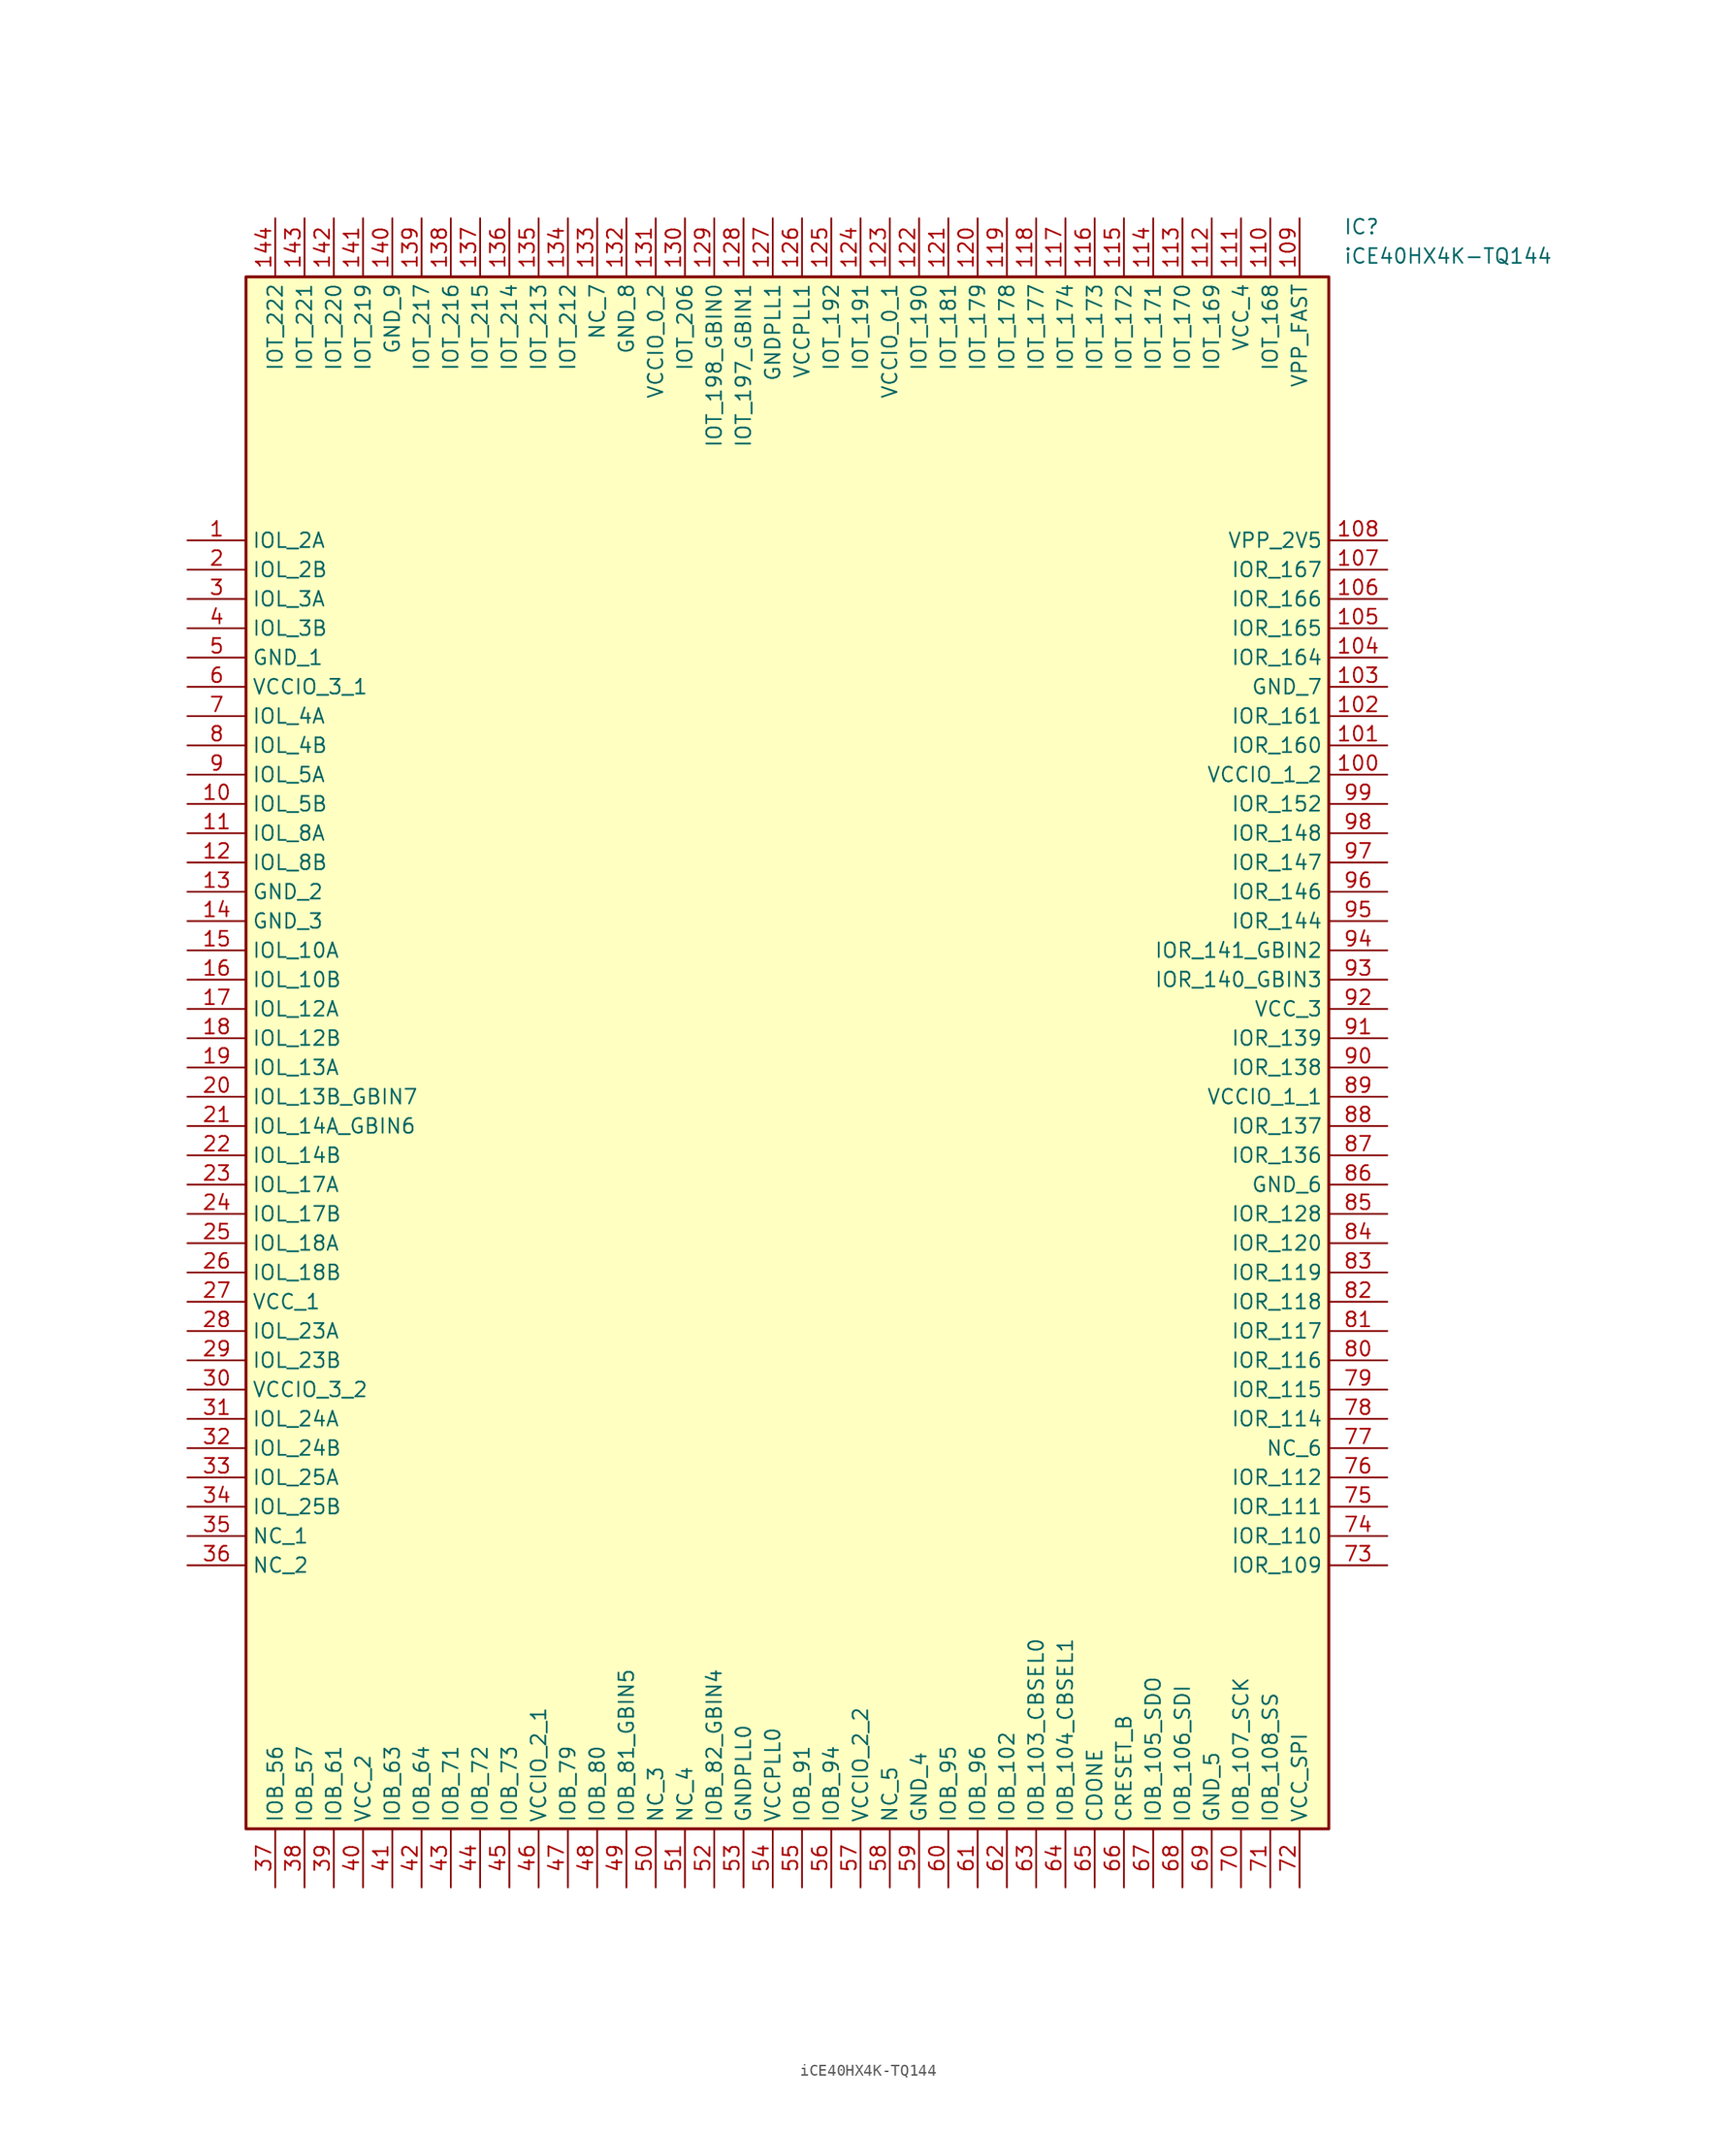
<source format=kicad_sym>
(kicad_symbol_lib
  (version 20211014)
  (generator SamacSys_ECAD_Model)
  (symbol "iCE40HX4K-TQ144"
    (property "Reference" "IC"
      (at 100.33 27.94 0)
      (effects (font (size 1.27 1.27)) (justify left top)))
    (property "Value" "iCE40HX4K-TQ144"
      (at 100.33 25.4 0)
      (effects (font (size 1.27 1.27)) (justify left top)))
    (rectangle
      (start 5.08 22.86)
      (end 99.06 -111.76)
      (stroke (width 0.254) (type default))
      (fill (type background)))
    (pin passive line
      (at 0 0 0)
      (length 5.08)
      (name "IOL_2A" (effects (font (size 1.27 1.27))))
      (number "1" (effects (font (size 1.27 1.27)))))
    (pin passive line
      (at 0 -2.54 0)
      (length 5.08)
      (name "IOL_2B" (effects (font (size 1.27 1.27))))
      (number "2" (effects (font (size 1.27 1.27)))))
    (pin passive line
      (at 0 -5.08 0)
      (length 5.08)
      (name "IOL_3A" (effects (font (size 1.27 1.27))))
      (number "3" (effects (font (size 1.27 1.27)))))
    (pin passive line
      (at 0 -7.62 0)
      (length 5.08)
      (name "IOL_3B" (effects (font (size 1.27 1.27))))
      (number "4" (effects (font (size 1.27 1.27)))))
    (pin passive line
      (at 0 -10.16 0)
      (length 5.08)
      (name "GND_1" (effects (font (size 1.27 1.27))))
      (number "5" (effects (font (size 1.27 1.27)))))
    (pin passive line
      (at 0 -12.7 0)
      (length 5.08)
      (name "VCCIO_3_1" (effects (font (size 1.27 1.27))))
      (number "6" (effects (font (size 1.27 1.27)))))
    (pin passive line
      (at 0 -15.24 0)
      (length 5.08)
      (name "IOL_4A" (effects (font (size 1.27 1.27))))
      (number "7" (effects (font (size 1.27 1.27)))))
    (pin passive line
      (at 0 -17.78 0)
      (length 5.08)
      (name "IOL_4B" (effects (font (size 1.27 1.27))))
      (number "8" (effects (font (size 1.27 1.27)))))
    (pin passive line
      (at 0 -20.32 0)
      (length 5.08)
      (name "IOL_5A" (effects (font (size 1.27 1.27))))
      (number "9" (effects (font (size 1.27 1.27)))))
    (pin passive line
      (at 0 -22.86 0)
      (length 5.08)
      (name "IOL_5B" (effects (font (size 1.27 1.27))))
      (number "10" (effects (font (size 1.27 1.27)))))
    (pin passive line
      (at 0 -25.4 0)
      (length 5.08)
      (name "IOL_8A" (effects (font (size 1.27 1.27))))
      (number "11" (effects (font (size 1.27 1.27)))))
    (pin passive line
      (at 0 -27.94 0)
      (length 5.08)
      (name "IOL_8B" (effects (font (size 1.27 1.27))))
      (number "12" (effects (font (size 1.27 1.27)))))
    (pin passive line
      (at 0 -30.48 0)
      (length 5.08)
      (name "GND_2" (effects (font (size 1.27 1.27))))
      (number "13" (effects (font (size 1.27 1.27)))))
    (pin passive line
      (at 0 -33.02 0)
      (length 5.08)
      (name "GND_3" (effects (font (size 1.27 1.27))))
      (number "14" (effects (font (size 1.27 1.27)))))
    (pin passive line
      (at 0 -35.56 0)
      (length 5.08)
      (name "IOL_10A" (effects (font (size 1.27 1.27))))
      (number "15" (effects (font (size 1.27 1.27)))))
    (pin passive line
      (at 0 -38.1 0)
      (length 5.08)
      (name "IOL_10B" (effects (font (size 1.27 1.27))))
      (number "16" (effects (font (size 1.27 1.27)))))
    (pin passive line
      (at 0 -40.64 0)
      (length 5.08)
      (name "IOL_12A" (effects (font (size 1.27 1.27))))
      (number "17" (effects (font (size 1.27 1.27)))))
    (pin passive line
      (at 0 -43.18 0)
      (length 5.08)
      (name "IOL_12B" (effects (font (size 1.27 1.27))))
      (number "18" (effects (font (size 1.27 1.27)))))
    (pin passive line
      (at 0 -45.72 0)
      (length 5.08)
      (name "IOL_13A" (effects (font (size 1.27 1.27))))
      (number "19" (effects (font (size 1.27 1.27)))))
    (pin passive line
      (at 0 -48.26 0)
      (length 5.08)
      (name "IOL_13B_GBIN7" (effects (font (size 1.27 1.27))))
      (number "20" (effects (font (size 1.27 1.27)))))
    (pin passive line
      (at 0 -50.8 0)
      (length 5.08)
      (name "IOL_14A_GBIN6" (effects (font (size 1.27 1.27))))
      (number "21" (effects (font (size 1.27 1.27)))))
    (pin passive line
      (at 0 -53.34 0)
      (length 5.08)
      (name "IOL_14B" (effects (font (size 1.27 1.27))))
      (number "22" (effects (font (size 1.27 1.27)))))
    (pin passive line
      (at 0 -55.88 0)
      (length 5.08)
      (name "IOL_17A" (effects (font (size 1.27 1.27))))
      (number "23" (effects (font (size 1.27 1.27)))))
    (pin passive line
      (at 0 -58.42 0)
      (length 5.08)
      (name "IOL_17B" (effects (font (size 1.27 1.27))))
      (number "24" (effects (font (size 1.27 1.27)))))
    (pin passive line
      (at 0 -60.96 0)
      (length 5.08)
      (name "IOL_18A" (effects (font (size 1.27 1.27))))
      (number "25" (effects (font (size 1.27 1.27)))))
    (pin passive line
      (at 0 -63.5 0)
      (length 5.08)
      (name "IOL_18B" (effects (font (size 1.27 1.27))))
      (number "26" (effects (font (size 1.27 1.27)))))
    (pin passive line
      (at 0 -66.04 0)
      (length 5.08)
      (name "VCC_1" (effects (font (size 1.27 1.27))))
      (number "27" (effects (font (size 1.27 1.27)))))
    (pin passive line
      (at 0 -68.58 0)
      (length 5.08)
      (name "IOL_23A" (effects (font (size 1.27 1.27))))
      (number "28" (effects (font (size 1.27 1.27)))))
    (pin passive line
      (at 0 -71.12 0)
      (length 5.08)
      (name "IOL_23B" (effects (font (size 1.27 1.27))))
      (number "29" (effects (font (size 1.27 1.27)))))
    (pin passive line
      (at 0 -73.66 0)
      (length 5.08)
      (name "VCCIO_3_2" (effects (font (size 1.27 1.27))))
      (number "30" (effects (font (size 1.27 1.27)))))
    (pin passive line
      (at 0 -76.2 0)
      (length 5.08)
      (name "IOL_24A" (effects (font (size 1.27 1.27))))
      (number "31" (effects (font (size 1.27 1.27)))))
    (pin passive line
      (at 0 -78.74 0)
      (length 5.08)
      (name "IOL_24B" (effects (font (size 1.27 1.27))))
      (number "32" (effects (font (size 1.27 1.27)))))
    (pin passive line
      (at 0 -81.28 0)
      (length 5.08)
      (name "IOL_25A" (effects (font (size 1.27 1.27))))
      (number "33" (effects (font (size 1.27 1.27)))))
    (pin passive line
      (at 0 -83.82 0)
      (length 5.08)
      (name "IOL_25B" (effects (font (size 1.27 1.27))))
      (number "34" (effects (font (size 1.27 1.27)))))
    (pin passive line
      (at 0 -86.36 0)
      (length 5.08)
      (name "NC_1" (effects (font (size 1.27 1.27))))
      (number "35" (effects (font (size 1.27 1.27)))))
    (pin passive line
      (at 0 -88.9 0)
      (length 5.08)
      (name "NC_2" (effects (font (size 1.27 1.27))))
      (number "36" (effects (font (size 1.27 1.27)))))
    (pin passive line
      (at 7.62 -116.84 90)
      (length 5.08)
      (name "IOB_56" (effects (font (size 1.27 1.27))))
      (number "37" (effects (font (size 1.27 1.27)))))
    (pin passive line
      (at 10.16 -116.84 90)
      (length 5.08)
      (name "IOB_57" (effects (font (size 1.27 1.27))))
      (number "38" (effects (font (size 1.27 1.27)))))
    (pin passive line
      (at 12.7 -116.84 90)
      (length 5.08)
      (name "IOB_61" (effects (font (size 1.27 1.27))))
      (number "39" (effects (font (size 1.27 1.27)))))
    (pin passive line
      (at 15.24 -116.84 90)
      (length 5.08)
      (name "VCC_2" (effects (font (size 1.27 1.27))))
      (number "40" (effects (font (size 1.27 1.27)))))
    (pin passive line
      (at 17.78 -116.84 90)
      (length 5.08)
      (name "IOB_63" (effects (font (size 1.27 1.27))))
      (number "41" (effects (font (size 1.27 1.27)))))
    (pin passive line
      (at 20.32 -116.84 90)
      (length 5.08)
      (name "IOB_64" (effects (font (size 1.27 1.27))))
      (number "42" (effects (font (size 1.27 1.27)))))
    (pin passive line
      (at 22.86 -116.84 90)
      (length 5.08)
      (name "IOB_71" (effects (font (size 1.27 1.27))))
      (number "43" (effects (font (size 1.27 1.27)))))
    (pin passive line
      (at 25.4 -116.84 90)
      (length 5.08)
      (name "IOB_72" (effects (font (size 1.27 1.27))))
      (number "44" (effects (font (size 1.27 1.27)))))
    (pin passive line
      (at 27.94 -116.84 90)
      (length 5.08)
      (name "IOB_73" (effects (font (size 1.27 1.27))))
      (number "45" (effects (font (size 1.27 1.27)))))
    (pin passive line
      (at 30.48 -116.84 90)
      (length 5.08)
      (name "VCCIO_2_1" (effects (font (size 1.27 1.27))))
      (number "46" (effects (font (size 1.27 1.27)))))
    (pin passive line
      (at 33.02 -116.84 90)
      (length 5.08)
      (name "IOB_79" (effects (font (size 1.27 1.27))))
      (number "47" (effects (font (size 1.27 1.27)))))
    (pin passive line
      (at 35.56 -116.84 90)
      (length 5.08)
      (name "IOB_80" (effects (font (size 1.27 1.27))))
      (number "48" (effects (font (size 1.27 1.27)))))
    (pin passive line
      (at 38.1 -116.84 90)
      (length 5.08)
      (name "IOB_81_GBIN5" (effects (font (size 1.27 1.27))))
      (number "49" (effects (font (size 1.27 1.27)))))
    (pin passive line
      (at 40.64 -116.84 90)
      (length 5.08)
      (name "NC_3" (effects (font (size 1.27 1.27))))
      (number "50" (effects (font (size 1.27 1.27)))))
    (pin passive line
      (at 43.18 -116.84 90)
      (length 5.08)
      (name "NC_4" (effects (font (size 1.27 1.27))))
      (number "51" (effects (font (size 1.27 1.27)))))
    (pin passive line
      (at 45.72 -116.84 90)
      (length 5.08)
      (name "IOB_82_GBIN4" (effects (font (size 1.27 1.27))))
      (number "52" (effects (font (size 1.27 1.27)))))
    (pin passive line
      (at 48.26 -116.84 90)
      (length 5.08)
      (name "GNDPLL0" (effects (font (size 1.27 1.27))))
      (number "53" (effects (font (size 1.27 1.27)))))
    (pin passive line
      (at 50.8 -116.84 90)
      (length 5.08)
      (name "VCCPLL0" (effects (font (size 1.27 1.27))))
      (number "54" (effects (font (size 1.27 1.27)))))
    (pin passive line
      (at 53.34 -116.84 90)
      (length 5.08)
      (name "IOB_91" (effects (font (size 1.27 1.27))))
      (number "55" (effects (font (size 1.27 1.27)))))
    (pin passive line
      (at 55.88 -116.84 90)
      (length 5.08)
      (name "IOB_94" (effects (font (size 1.27 1.27))))
      (number "56" (effects (font (size 1.27 1.27)))))
    (pin passive line
      (at 58.42 -116.84 90)
      (length 5.08)
      (name "VCCIO_2_2" (effects (font (size 1.27 1.27))))
      (number "57" (effects (font (size 1.27 1.27)))))
    (pin passive line
      (at 60.96 -116.84 90)
      (length 5.08)
      (name "NC_5" (effects (font (size 1.27 1.27))))
      (number "58" (effects (font (size 1.27 1.27)))))
    (pin passive line
      (at 63.5 -116.84 90)
      (length 5.08)
      (name "GND_4" (effects (font (size 1.27 1.27))))
      (number "59" (effects (font (size 1.27 1.27)))))
    (pin passive line
      (at 66.04 -116.84 90)
      (length 5.08)
      (name "IOB_95" (effects (font (size 1.27 1.27))))
      (number "60" (effects (font (size 1.27 1.27)))))
    (pin passive line
      (at 68.58 -116.84 90)
      (length 5.08)
      (name "IOB_96" (effects (font (size 1.27 1.27))))
      (number "61" (effects (font (size 1.27 1.27)))))
    (pin passive line
      (at 71.12 -116.84 90)
      (length 5.08)
      (name "IOB_102" (effects (font (size 1.27 1.27))))
      (number "62" (effects (font (size 1.27 1.27)))))
    (pin passive line
      (at 73.66 -116.84 90)
      (length 5.08)
      (name "IOB_103_CBSEL0" (effects (font (size 1.27 1.27))))
      (number "63" (effects (font (size 1.27 1.27)))))
    (pin passive line
      (at 76.2 -116.84 90)
      (length 5.08)
      (name "IOB_104_CBSEL1" (effects (font (size 1.27 1.27))))
      (number "64" (effects (font (size 1.27 1.27)))))
    (pin passive line
      (at 78.74 -116.84 90)
      (length 5.08)
      (name "CDONE" (effects (font (size 1.27 1.27))))
      (number "65" (effects (font (size 1.27 1.27)))))
    (pin passive line
      (at 81.28 -116.84 90)
      (length 5.08)
      (name "CRESET_B" (effects (font (size 1.27 1.27))))
      (number "66" (effects (font (size 1.27 1.27)))))
    (pin passive line
      (at 83.82 -116.84 90)
      (length 5.08)
      (name "IOB_105_SDO" (effects (font (size 1.27 1.27))))
      (number "67" (effects (font (size 1.27 1.27)))))
    (pin passive line
      (at 86.36 -116.84 90)
      (length 5.08)
      (name "IOB_106_SDI" (effects (font (size 1.27 1.27))))
      (number "68" (effects (font (size 1.27 1.27)))))
    (pin passive line
      (at 88.9 -116.84 90)
      (length 5.08)
      (name "GND_5" (effects (font (size 1.27 1.27))))
      (number "69" (effects (font (size 1.27 1.27)))))
    (pin passive line
      (at 91.44 -116.84 90)
      (length 5.08)
      (name "IOB_107_SCK" (effects (font (size 1.27 1.27))))
      (number "70" (effects (font (size 1.27 1.27)))))
    (pin passive line
      (at 93.98 -116.84 90)
      (length 5.08)
      (name "IOB_108_SS" (effects (font (size 1.27 1.27))))
      (number "71" (effects (font (size 1.27 1.27)))))
    (pin passive line
      (at 96.52 -116.84 90)
      (length 5.08)
      (name "VCC_SPI" (effects (font (size 1.27 1.27))))
      (number "72" (effects (font (size 1.27 1.27)))))
    (pin passive line
      (at 104.14 0 180)
      (length 5.08)
      (name "VPP_2V5" (effects (font (size 1.27 1.27))))
      (number "108" (effects (font (size 1.27 1.27)))))
    (pin passive line
      (at 104.14 -2.54 180)
      (length 5.08)
      (name "IOR_167" (effects (font (size 1.27 1.27))))
      (number "107" (effects (font (size 1.27 1.27)))))
    (pin passive line
      (at 104.14 -5.08 180)
      (length 5.08)
      (name "IOR_166" (effects (font (size 1.27 1.27))))
      (number "106" (effects (font (size 1.27 1.27)))))
    (pin passive line
      (at 104.14 -7.62 180)
      (length 5.08)
      (name "IOR_165" (effects (font (size 1.27 1.27))))
      (number "105" (effects (font (size 1.27 1.27)))))
    (pin passive line
      (at 104.14 -10.16 180)
      (length 5.08)
      (name "IOR_164" (effects (font (size 1.27 1.27))))
      (number "104" (effects (font (size 1.27 1.27)))))
    (pin passive line
      (at 104.14 -12.7 180)
      (length 5.08)
      (name "GND_7" (effects (font (size 1.27 1.27))))
      (number "103" (effects (font (size 1.27 1.27)))))
    (pin passive line
      (at 104.14 -15.24 180)
      (length 5.08)
      (name "IOR_161" (effects (font (size 1.27 1.27))))
      (number "102" (effects (font (size 1.27 1.27)))))
    (pin passive line
      (at 104.14 -17.78 180)
      (length 5.08)
      (name "IOR_160" (effects (font (size 1.27 1.27))))
      (number "101" (effects (font (size 1.27 1.27)))))
    (pin passive line
      (at 104.14 -20.32 180)
      (length 5.08)
      (name "VCCIO_1_2" (effects (font (size 1.27 1.27))))
      (number "100" (effects (font (size 1.27 1.27)))))
    (pin passive line
      (at 104.14 -22.86 180)
      (length 5.08)
      (name "IOR_152" (effects (font (size 1.27 1.27))))
      (number "99" (effects (font (size 1.27 1.27)))))
    (pin passive line
      (at 104.14 -25.4 180)
      (length 5.08)
      (name "IOR_148" (effects (font (size 1.27 1.27))))
      (number "98" (effects (font (size 1.27 1.27)))))
    (pin passive line
      (at 104.14 -27.94 180)
      (length 5.08)
      (name "IOR_147" (effects (font (size 1.27 1.27))))
      (number "97" (effects (font (size 1.27 1.27)))))
    (pin passive line
      (at 104.14 -30.48 180)
      (length 5.08)
      (name "IOR_146" (effects (font (size 1.27 1.27))))
      (number "96" (effects (font (size 1.27 1.27)))))
    (pin passive line
      (at 104.14 -33.02 180)
      (length 5.08)
      (name "IOR_144" (effects (font (size 1.27 1.27))))
      (number "95" (effects (font (size 1.27 1.27)))))
    (pin passive line
      (at 104.14 -35.56 180)
      (length 5.08)
      (name "IOR_141_GBIN2" (effects (font (size 1.27 1.27))))
      (number "94" (effects (font (size 1.27 1.27)))))
    (pin passive line
      (at 104.14 -38.1 180)
      (length 5.08)
      (name "IOR_140_GBIN3" (effects (font (size 1.27 1.27))))
      (number "93" (effects (font (size 1.27 1.27)))))
    (pin passive line
      (at 104.14 -40.64 180)
      (length 5.08)
      (name "VCC_3" (effects (font (size 1.27 1.27))))
      (number "92" (effects (font (size 1.27 1.27)))))
    (pin passive line
      (at 104.14 -43.18 180)
      (length 5.08)
      (name "IOR_139" (effects (font (size 1.27 1.27))))
      (number "91" (effects (font (size 1.27 1.27)))))
    (pin passive line
      (at 104.14 -45.72 180)
      (length 5.08)
      (name "IOR_138" (effects (font (size 1.27 1.27))))
      (number "90" (effects (font (size 1.27 1.27)))))
    (pin passive line
      (at 104.14 -48.26 180)
      (length 5.08)
      (name "VCCIO_1_1" (effects (font (size 1.27 1.27))))
      (number "89" (effects (font (size 1.27 1.27)))))
    (pin passive line
      (at 104.14 -50.8 180)
      (length 5.08)
      (name "IOR_137" (effects (font (size 1.27 1.27))))
      (number "88" (effects (font (size 1.27 1.27)))))
    (pin passive line
      (at 104.14 -53.34 180)
      (length 5.08)
      (name "IOR_136" (effects (font (size 1.27 1.27))))
      (number "87" (effects (font (size 1.27 1.27)))))
    (pin passive line
      (at 104.14 -55.88 180)
      (length 5.08)
      (name "GND_6" (effects (font (size 1.27 1.27))))
      (number "86" (effects (font (size 1.27 1.27)))))
    (pin passive line
      (at 104.14 -58.42 180)
      (length 5.08)
      (name "IOR_128" (effects (font (size 1.27 1.27))))
      (number "85" (effects (font (size 1.27 1.27)))))
    (pin passive line
      (at 104.14 -60.96 180)
      (length 5.08)
      (name "IOR_120" (effects (font (size 1.27 1.27))))
      (number "84" (effects (font (size 1.27 1.27)))))
    (pin passive line
      (at 104.14 -63.5 180)
      (length 5.08)
      (name "IOR_119" (effects (font (size 1.27 1.27))))
      (number "83" (effects (font (size 1.27 1.27)))))
    (pin passive line
      (at 104.14 -66.04 180)
      (length 5.08)
      (name "IOR_118" (effects (font (size 1.27 1.27))))
      (number "82" (effects (font (size 1.27 1.27)))))
    (pin passive line
      (at 104.14 -68.58 180)
      (length 5.08)
      (name "IOR_117" (effects (font (size 1.27 1.27))))
      (number "81" (effects (font (size 1.27 1.27)))))
    (pin passive line
      (at 104.14 -71.12 180)
      (length 5.08)
      (name "IOR_116" (effects (font (size 1.27 1.27))))
      (number "80" (effects (font (size 1.27 1.27)))))
    (pin passive line
      (at 104.14 -73.66 180)
      (length 5.08)
      (name "IOR_115" (effects (font (size 1.27 1.27))))
      (number "79" (effects (font (size 1.27 1.27)))))
    (pin passive line
      (at 104.14 -76.2 180)
      (length 5.08)
      (name "IOR_114" (effects (font (size 1.27 1.27))))
      (number "78" (effects (font (size 1.27 1.27)))))
    (pin passive line
      (at 104.14 -78.74 180)
      (length 5.08)
      (name "NC_6" (effects (font (size 1.27 1.27))))
      (number "77" (effects (font (size 1.27 1.27)))))
    (pin passive line
      (at 104.14 -81.28 180)
      (length 5.08)
      (name "IOR_112" (effects (font (size 1.27 1.27))))
      (number "76" (effects (font (size 1.27 1.27)))))
    (pin passive line
      (at 104.14 -83.82 180)
      (length 5.08)
      (name "IOR_111" (effects (font (size 1.27 1.27))))
      (number "75" (effects (font (size 1.27 1.27)))))
    (pin passive line
      (at 104.14 -86.36 180)
      (length 5.08)
      (name "IOR_110" (effects (font (size 1.27 1.27))))
      (number "74" (effects (font (size 1.27 1.27)))))
    (pin passive line
      (at 104.14 -88.9 180)
      (length 5.08)
      (name "IOR_109" (effects (font (size 1.27 1.27))))
      (number "73" (effects (font (size 1.27 1.27)))))
    (pin passive line
      (at 7.62 27.94 270)
      (length 5.08)
      (name "IOT_222" (effects (font (size 1.27 1.27))))
      (number "144" (effects (font (size 1.27 1.27)))))
    (pin passive line
      (at 10.16 27.94 270)
      (length 5.08)
      (name "IOT_221" (effects (font (size 1.27 1.27))))
      (number "143" (effects (font (size 1.27 1.27)))))
    (pin passive line
      (at 12.7 27.94 270)
      (length 5.08)
      (name "IOT_220" (effects (font (size 1.27 1.27))))
      (number "142" (effects (font (size 1.27 1.27)))))
    (pin passive line
      (at 15.24 27.94 270)
      (length 5.08)
      (name "IOT_219" (effects (font (size 1.27 1.27))))
      (number "141" (effects (font (size 1.27 1.27)))))
    (pin passive line
      (at 17.78 27.94 270)
      (length 5.08)
      (name "GND_9" (effects (font (size 1.27 1.27))))
      (number "140" (effects (font (size 1.27 1.27)))))
    (pin passive line
      (at 20.32 27.94 270)
      (length 5.08)
      (name "IOT_217" (effects (font (size 1.27 1.27))))
      (number "139" (effects (font (size 1.27 1.27)))))
    (pin passive line
      (at 22.86 27.94 270)
      (length 5.08)
      (name "IOT_216" (effects (font (size 1.27 1.27))))
      (number "138" (effects (font (size 1.27 1.27)))))
    (pin passive line
      (at 25.4 27.94 270)
      (length 5.08)
      (name "IOT_215" (effects (font (size 1.27 1.27))))
      (number "137" (effects (font (size 1.27 1.27)))))
    (pin passive line
      (at 27.94 27.94 270)
      (length 5.08)
      (name "IOT_214" (effects (font (size 1.27 1.27))))
      (number "136" (effects (font (size 1.27 1.27)))))
    (pin passive line
      (at 30.48 27.94 270)
      (length 5.08)
      (name "IOT_213" (effects (font (size 1.27 1.27))))
      (number "135" (effects (font (size 1.27 1.27)))))
    (pin passive line
      (at 33.02 27.94 270)
      (length 5.08)
      (name "IOT_212" (effects (font (size 1.27 1.27))))
      (number "134" (effects (font (size 1.27 1.27)))))
    (pin passive line
      (at 35.56 27.94 270)
      (length 5.08)
      (name "NC_7" (effects (font (size 1.27 1.27))))
      (number "133" (effects (font (size 1.27 1.27)))))
    (pin passive line
      (at 38.1 27.94 270)
      (length 5.08)
      (name "GND_8" (effects (font (size 1.27 1.27))))
      (number "132" (effects (font (size 1.27 1.27)))))
    (pin passive line
      (at 40.64 27.94 270)
      (length 5.08)
      (name "VCCIO_0_2" (effects (font (size 1.27 1.27))))
      (number "131" (effects (font (size 1.27 1.27)))))
    (pin passive line
      (at 43.18 27.94 270)
      (length 5.08)
      (name "IOT_206" (effects (font (size 1.27 1.27))))
      (number "130" (effects (font (size 1.27 1.27)))))
    (pin passive line
      (at 45.72 27.94 270)
      (length 5.08)
      (name "IOT_198_GBIN0" (effects (font (size 1.27 1.27))))
      (number "129" (effects (font (size 1.27 1.27)))))
    (pin passive line
      (at 48.26 27.94 270)
      (length 5.08)
      (name "IOT_197_GBIN1" (effects (font (size 1.27 1.27))))
      (number "128" (effects (font (size 1.27 1.27)))))
    (pin passive line
      (at 50.8 27.94 270)
      (length 5.08)
      (name "GNDPLL1" (effects (font (size 1.27 1.27))))
      (number "127" (effects (font (size 1.27 1.27)))))
    (pin passive line
      (at 53.34 27.94 270)
      (length 5.08)
      (name "VCCPLL1" (effects (font (size 1.27 1.27))))
      (number "126" (effects (font (size 1.27 1.27)))))
    (pin passive line
      (at 55.88 27.94 270)
      (length 5.08)
      (name "IOT_192" (effects (font (size 1.27 1.27))))
      (number "125" (effects (font (size 1.27 1.27)))))
    (pin passive line
      (at 58.42 27.94 270)
      (length 5.08)
      (name "IOT_191" (effects (font (size 1.27 1.27))))
      (number "124" (effects (font (size 1.27 1.27)))))
    (pin passive line
      (at 60.96 27.94 270)
      (length 5.08)
      (name "VCCIO_0_1" (effects (font (size 1.27 1.27))))
      (number "123" (effects (font (size 1.27 1.27)))))
    (pin passive line
      (at 63.5 27.94 270)
      (length 5.08)
      (name "IOT_190" (effects (font (size 1.27 1.27))))
      (number "122" (effects (font (size 1.27 1.27)))))
    (pin passive line
      (at 66.04 27.94 270)
      (length 5.08)
      (name "IOT_181" (effects (font (size 1.27 1.27))))
      (number "121" (effects (font (size 1.27 1.27)))))
    (pin passive line
      (at 68.58 27.94 270)
      (length 5.08)
      (name "IOT_179" (effects (font (size 1.27 1.27))))
      (number "120" (effects (font (size 1.27 1.27)))))
    (pin passive line
      (at 71.12 27.94 270)
      (length 5.08)
      (name "IOT_178" (effects (font (size 1.27 1.27))))
      (number "119" (effects (font (size 1.27 1.27)))))
    (pin passive line
      (at 73.66 27.94 270)
      (length 5.08)
      (name "IOT_177" (effects (font (size 1.27 1.27))))
      (number "118" (effects (font (size 1.27 1.27)))))
    (pin passive line
      (at 76.2 27.94 270)
      (length 5.08)
      (name "IOT_174" (effects (font (size 1.27 1.27))))
      (number "117" (effects (font (size 1.27 1.27)))))
    (pin passive line
      (at 78.74 27.94 270)
      (length 5.08)
      (name "IOT_173" (effects (font (size 1.27 1.27))))
      (number "116" (effects (font (size 1.27 1.27)))))
    (pin passive line
      (at 81.28 27.94 270)
      (length 5.08)
      (name "IOT_172" (effects (font (size 1.27 1.27))))
      (number "115" (effects (font (size 1.27 1.27)))))
    (pin passive line
      (at 83.82 27.94 270)
      (length 5.08)
      (name "IOT_171" (effects (font (size 1.27 1.27))))
      (number "114" (effects (font (size 1.27 1.27)))))
    (pin passive line
      (at 86.36 27.94 270)
      (length 5.08)
      (name "IOT_170" (effects (font (size 1.27 1.27))))
      (number "113" (effects (font (size 1.27 1.27)))))
    (pin passive line
      (at 88.9 27.94 270)
      (length 5.08)
      (name "IOT_169" (effects (font (size 1.27 1.27))))
      (number "112" (effects (font (size 1.27 1.27)))))
    (pin passive line
      (at 91.44 27.94 270)
      (length 5.08)
      (name "VCC_4" (effects (font (size 1.27 1.27))))
      (number "111" (effects (font (size 1.27 1.27)))))
    (pin passive line
      (at 93.98 27.94 270)
      (length 5.08)
      (name "IOT_168" (effects (font (size 1.27 1.27))))
      (number "110" (effects (font (size 1.27 1.27)))))
    (pin passive line
      (at 96.52 27.94 270)
      (length 5.08)
      (name "VPP_FAST" (effects (font (size 1.27 1.27))))
      (number "109" (effects (font (size 1.27 1.27)))))))
</source>
